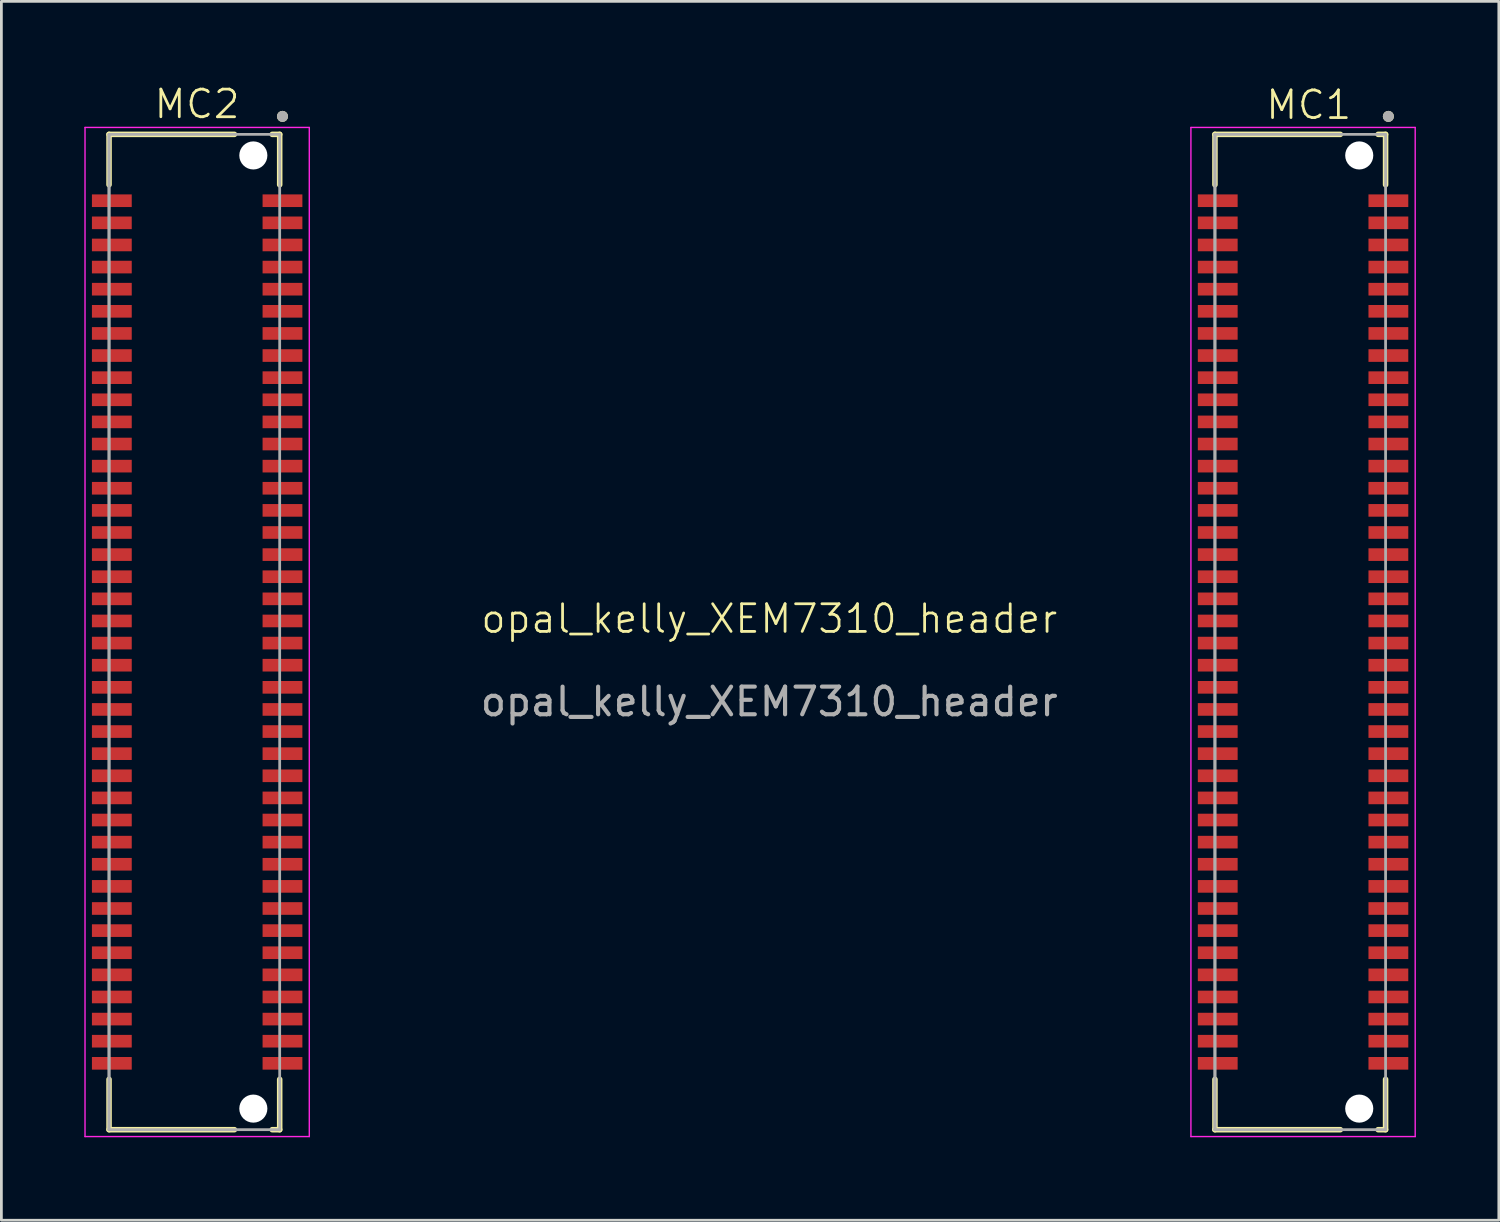
<source format=kicad_pcb>
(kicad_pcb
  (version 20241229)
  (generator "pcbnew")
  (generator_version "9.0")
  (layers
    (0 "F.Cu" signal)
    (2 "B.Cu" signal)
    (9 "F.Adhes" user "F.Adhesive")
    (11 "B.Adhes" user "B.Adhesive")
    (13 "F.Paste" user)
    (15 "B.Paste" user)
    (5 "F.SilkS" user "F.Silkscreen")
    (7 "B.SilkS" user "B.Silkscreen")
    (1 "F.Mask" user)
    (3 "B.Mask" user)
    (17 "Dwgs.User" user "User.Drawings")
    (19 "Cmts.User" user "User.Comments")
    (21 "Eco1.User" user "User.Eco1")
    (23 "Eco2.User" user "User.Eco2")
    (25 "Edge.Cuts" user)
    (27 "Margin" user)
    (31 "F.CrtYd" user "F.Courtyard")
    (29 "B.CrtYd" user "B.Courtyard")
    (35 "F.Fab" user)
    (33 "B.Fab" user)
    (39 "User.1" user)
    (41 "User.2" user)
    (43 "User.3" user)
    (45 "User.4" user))
  (footprint "opal_kelly_XEM7310_header"
    (layer "F.Cu")
    (at 24.774 19.83)
    (property "Reference" "opal_kelly_XEM7310_header" (at 0 -0.5 0) (unlocked yes) (layer "F.SilkS") (effects (font (size 1 1) (thickness 0.1))))
    (attr smd)
    (fp_line (start -23.88 -16.198) (end -23.88 -18.02) (stroke (width 0.2) (type solid)) (layer "F.SilkS"))
    (fp_line (start -23.88 16.159) (end -23.88 17.98) (stroke (width 0.2) (type solid)) (layer "F.SilkS"))
    (fp_line (start -23.88 17.98) (end -19.344 17.98) (stroke (width 0.2) (type solid)) (layer "F.SilkS"))
    (fp_line (start -19.344 -18.02) (end -23.88 -18.02) (stroke (width 0.2) (type solid)) (layer "F.SilkS"))
    (fp_line (start -17.978 17.98) (end -17.708 17.98) (stroke (width 0.2) (type solid)) (layer "F.SilkS"))
    (fp_line (start -17.708 -18.02) (end -17.978 -18.02) (stroke (width 0.2) (type solid)) (layer "F.SilkS"))
    (fp_line (start -17.708 -18.02) (end -17.708 -16.198) (stroke (width 0.2) (type solid)) (layer "F.SilkS"))
    (fp_line (start -17.708 16.159) (end -17.708 17.98) (stroke (width 0.2) (type solid)) (layer "F.SilkS"))
    (fp_line (start 16.12 -16.198) (end 16.12 -18.02) (stroke (width 0.2) (type solid)) (layer "F.SilkS"))
    (fp_line (start 16.12 16.159) (end 16.12 17.98) (stroke (width 0.2) (type solid)) (layer "F.SilkS"))
    (fp_line (start 16.12 17.98) (end 20.656 17.98) (stroke (width 0.2) (type solid)) (layer "F.SilkS"))
    (fp_line (start 20.656 -18.02) (end 16.12 -18.02) (stroke (width 0.2) (type solid)) (layer "F.SilkS"))
    (fp_line (start 22.022 17.98) (end 22.292 17.98) (stroke (width 0.2) (type solid)) (layer "F.SilkS"))
    (fp_line (start 22.292 -18.02) (end 22.022 -18.02) (stroke (width 0.2) (type solid)) (layer "F.SilkS"))
    (fp_line (start 22.292 -18.02) (end 22.292 -16.198) (stroke (width 0.2) (type solid)) (layer "F.SilkS"))
    (fp_line (start 22.292 16.159) (end 22.292 17.98) (stroke (width 0.2) (type solid)) (layer "F.SilkS"))
    (fp_circle (center -17.607 -18.67) (end -17.607 -18.57) (stroke (width 0.2) (type solid)) (fill no) (layer "F.SilkS"))
    (fp_circle (center 22.393 -18.67) (end 22.393 -18.57) (stroke (width 0.2) (type solid)) (fill no) (layer "F.SilkS"))
    (fp_line (start -24.749 -18.27) (end -16.637 -18.27) (stroke (width 0.05) (type solid)) (layer "F.CrtYd"))
    (fp_line (start -24.749 18.23) (end -24.749 -18.27) (stroke (width 0.05) (type solid)) (layer "F.CrtYd"))
    (fp_line (start -16.637 -18.27) (end -16.637 18.23) (stroke (width 0.05) (type solid)) (layer "F.CrtYd"))
    (fp_line (start -16.637 18.23) (end -24.749 18.23) (stroke (width 0.05) (type solid)) (layer "F.CrtYd"))
    (fp_line (start 15.251 -18.27) (end 23.363 -18.27) (stroke (width 0.05) (type solid)) (layer "F.CrtYd"))
    (fp_line (start 15.251 18.23) (end 15.251 -18.27) (stroke (width 0.05) (type solid)) (layer "F.CrtYd"))
    (fp_line (start 23.363 -18.27) (end 23.363 18.23) (stroke (width 0.05) (type solid)) (layer "F.CrtYd"))
    (fp_line (start 23.363 18.23) (end 15.251 18.23) (stroke (width 0.05) (type solid)) (layer "F.CrtYd"))
    (fp_line (start -23.88 -18.02) (end -23.88 -18.02) (stroke (width 0.1) (type solid)) (layer "F.Fab"))
    (fp_line (start -23.88 -18.02) (end -23.88 17.98) (stroke (width 0.1) (type solid)) (layer "F.Fab"))
    (fp_line (start -23.88 -18.02) (end -17.708 -18.02) (stroke (width 0.1) (type solid)) (layer "F.Fab"))
    (fp_line (start -23.88 17.98) (end -23.88 -18.02) (stroke (width 0.1) (type solid)) (layer "F.Fab"))
    (fp_line (start -23.88 17.98) (end -23.88 17.98) (stroke (width 0.1) (type solid)) (layer "F.Fab"))
    (fp_line (start -17.708 -18.02) (end -17.708 17.98) (stroke (width 0.1) (type solid)) (layer "F.Fab"))
    (fp_line (start -17.708 17.98) (end -23.88 17.98) (stroke (width 0.1) (type solid)) (layer "F.Fab"))
    (fp_line (start 16.12 -18.02) (end 16.12 -18.02) (stroke (width 0.1) (type solid)) (layer "F.Fab"))
    (fp_line (start 16.12 -18.02) (end 16.12 17.98) (stroke (width 0.1) (type solid)) (layer "F.Fab"))
    (fp_line (start 16.12 -18.02) (end 22.292 -18.02) (stroke (width 0.1) (type solid)) (layer "F.Fab"))
    (fp_line (start 16.12 17.98) (end 16.12 -18.02) (stroke (width 0.1) (type solid)) (layer "F.Fab"))
    (fp_line (start 16.12 17.98) (end 16.12 17.98) (stroke (width 0.1) (type solid)) (layer "F.Fab"))
    (fp_line (start 22.292 -18.02) (end 22.292 17.98) (stroke (width 0.1) (type solid)) (layer "F.Fab"))
    (fp_line (start 22.292 17.98) (end 16.12 17.98) (stroke (width 0.1) (type solid)) (layer "F.Fab"))
    (fp_circle (center -17.607 -18.67) (end -17.607 -18.57) (stroke (width 0.2) (type solid)) (fill no) (layer "F.Fab"))
    (fp_circle (center 22.393 -18.67) (end 22.393 -18.57) (stroke (width 0.2) (type solid)) (fill no) (layer "F.Fab"))
    (fp_text user "MC1" (at 17.9 -18.5 0) (unlocked yes) (layer "F.SilkS") (effects (font (size 1 1) (thickness 0.1)) (justify left bottom)))
    (fp_text user "MC2" (at -22.31 -18.53 0) (unlocked yes) (layer "F.SilkS") (effects (font (size 1 1) (thickness 0.1)) (justify left bottom)))
    (fp_text user "${REFERENCE}" (at 0 2.5 0) (unlocked yes) (layer "F.Fab") (effects (font (size 1 1) (thickness 0.15))))
    (pad "" np_thru_hole circle (at -18.661 -17.258 270) (size 1.016 1.016) (drill 1.016) (layers "*.Cu" "*.Mask"))
    (pad "" np_thru_hole circle (at -18.661 17.218 270) (size 1.016 1.016) (drill 1.016) (layers "*.Cu" "*.Mask"))
    (pad "" np_thru_hole circle (at 21.339 -17.258 270) (size 1.016 1.016) (drill 1.016) (layers "*.Cu" "*.Mask"))
    (pad "" np_thru_hole circle (at 21.339 17.218 270) (size 1.016 1.016) (drill 1.016) (layers "*.Cu" "*.Mask"))
    (pad "01" smd rect (at 22.393 -15.62 270) (size 0.457 1.44) (layers "F.Cu" "F.Mask" "F.Paste"))
    (pad "02" smd rect (at 16.221 -15.62 270) (size 0.457 1.44) (layers "F.Cu" "F.Mask" "F.Paste"))
    (pad "03" smd rect (at 22.393 -14.82 270) (size 0.457 1.44) (layers "F.Cu" "F.Mask" "F.Paste"))
    (pad "04" smd rect (at 16.221 -14.82 270) (size 0.457 1.44) (layers "F.Cu" "F.Mask" "F.Paste"))
    (pad "05" smd rect (at 22.393 -14.02 270) (size 0.457 1.44) (layers "F.Cu" "F.Mask" "F.Paste"))
    (pad "06" smd rect (at 16.221 -14.02 270) (size 0.457 1.44) (layers "F.Cu" "F.Mask" "F.Paste"))
    (pad "07" smd rect (at 22.393 -13.22 270) (size 0.457 1.44) (layers "F.Cu" "F.Mask" "F.Paste"))
    (pad "08" smd rect (at 16.221 -13.22 270) (size 0.457 1.44) (layers "F.Cu" "F.Mask" "F.Paste"))
    (pad "09" smd rect (at 22.393 -12.42 270) (size 0.457 1.44) (layers "F.Cu" "F.Mask" "F.Paste"))
    (pad "10" smd rect (at 16.221 -12.42 270) (size 0.457 1.44) (layers "F.Cu" "F.Mask" "F.Paste"))
    (pad "11" smd rect (at 22.393 -11.62 270) (size 0.457 1.44) (layers "F.Cu" "F.Mask" "F.Paste"))
    (pad "12" smd rect (at 16.221 -11.62 270) (size 0.457 1.44) (layers "F.Cu" "F.Mask" "F.Paste"))
    (pad "13" smd rect (at 22.393 -10.82 270) (size 0.457 1.44) (layers "F.Cu" "F.Mask" "F.Paste"))
    (pad "14" smd rect (at 16.221 -10.82 270) (size 0.457 1.44) (layers "F.Cu" "F.Mask" "F.Paste"))
    (pad "15" smd rect (at 22.393 -10.02 270) (size 0.457 1.44) (layers "F.Cu" "F.Mask" "F.Paste"))
    (pad "16" smd rect (at 16.221 -10.02 270) (size 0.457 1.44) (layers "F.Cu" "F.Mask" "F.Paste"))
    (pad "17" smd rect (at 22.393 -9.22 270) (size 0.457 1.44) (layers "F.Cu" "F.Mask" "F.Paste"))
    (pad "18" smd rect (at 16.221 -9.22 270) (size 0.457 1.44) (layers "F.Cu" "F.Mask" "F.Paste"))
    (pad "19" smd rect (at 22.393 -8.42 270) (size 0.457 1.44) (layers "F.Cu" "F.Mask" "F.Paste"))
    (pad "20" smd rect (at 16.221 -8.42 270) (size 0.457 1.44) (layers "F.Cu" "F.Mask" "F.Paste"))
    (pad "21" smd rect (at 22.393 -7.62 270) (size 0.457 1.44) (layers "F.Cu" "F.Mask" "F.Paste"))
    (pad "22" smd rect (at 16.221 -7.62 270) (size 0.457 1.44) (layers "F.Cu" "F.Mask" "F.Paste"))
    (pad "23" smd rect (at 22.393 -6.82 270) (size 0.457 1.44) (layers "F.Cu" "F.Mask" "F.Paste"))
    (pad "24" smd rect (at 16.221 -6.82 270) (size 0.457 1.44) (layers "F.Cu" "F.Mask" "F.Paste"))
    (pad "25" smd rect (at 22.393 -6.02 270) (size 0.457 1.44) (layers "F.Cu" "F.Mask" "F.Paste"))
    (pad "26" smd rect (at 16.221 -6.02 270) (size 0.457 1.44) (layers "F.Cu" "F.Mask" "F.Paste"))
    (pad "27" smd rect (at 22.393 -5.22 270) (size 0.457 1.44) (layers "F.Cu" "F.Mask" "F.Paste"))
    (pad "28" smd rect (at 16.221 -5.22 270) (size 0.457 1.44) (layers "F.Cu" "F.Mask" "F.Paste"))
    (pad "29" smd rect (at 22.393 -4.42 270) (size 0.457 1.44) (layers "F.Cu" "F.Mask" "F.Paste"))
    (pad "30" smd rect (at 16.221 -4.42 270) (size 0.457 1.44) (layers "F.Cu" "F.Mask" "F.Paste"))
    (pad "31" smd rect (at 22.393 -3.62 270) (size 0.457 1.44) (layers "F.Cu" "F.Mask" "F.Paste"))
    (pad "32" smd rect (at 16.221 -3.62 270) (size 0.457 1.44) (layers "F.Cu" "F.Mask" "F.Paste"))
    (pad "33" smd rect (at 22.393 -2.82 270) (size 0.457 1.44) (layers "F.Cu" "F.Mask" "F.Paste"))
    (pad "34" smd rect (at 16.221 -2.82 270) (size 0.457 1.44) (layers "F.Cu" "F.Mask" "F.Paste"))
    (pad "35" smd rect (at 22.393 -2.02 270) (size 0.457 1.44) (layers "F.Cu" "F.Mask" "F.Paste"))
    (pad "36" smd rect (at 16.221 -2.02 270) (size 0.457 1.44) (layers "F.Cu" "F.Mask" "F.Paste"))
    (pad "37" smd rect (at 22.393 -1.22 270) (size 0.457 1.44) (layers "F.Cu" "F.Mask" "F.Paste"))
    (pad "38" smd rect (at 16.221 -1.22 270) (size 0.457 1.44) (layers "F.Cu" "F.Mask" "F.Paste"))
    (pad "39" smd rect (at 22.393 -0.42 270) (size 0.457 1.44) (layers "F.Cu" "F.Mask" "F.Paste"))
    (pad "40" smd rect (at 16.221 -0.42 270) (size 0.457 1.44) (layers "F.Cu" "F.Mask" "F.Paste"))
    (pad "41" smd rect (at 22.393 0.38 270) (size 0.457 1.44) (layers "F.Cu" "F.Mask" "F.Paste"))
    (pad "42" smd rect (at 16.221 0.38 270) (size 0.457 1.44) (layers "F.Cu" "F.Mask" "F.Paste"))
    (pad "43" smd rect (at 22.393 1.18 270) (size 0.457 1.44) (layers "F.Cu" "F.Mask" "F.Paste"))
    (pad "44" smd rect (at 16.221 1.18 270) (size 0.457 1.44) (layers "F.Cu" "F.Mask" "F.Paste"))
    (pad "45" smd rect (at 22.393 1.98 270) (size 0.457 1.44) (layers "F.Cu" "F.Mask" "F.Paste"))
    (pad "46" smd rect (at 16.221 1.98 270) (size 0.457 1.44) (layers "F.Cu" "F.Mask" "F.Paste"))
    (pad "47" smd rect (at 22.393 2.78 270) (size 0.457 1.44) (layers "F.Cu" "F.Mask" "F.Paste"))
    (pad "48" smd rect (at 16.221 2.78 270) (size 0.457 1.44) (layers "F.Cu" "F.Mask" "F.Paste"))
    (pad "49" smd rect (at 22.393 3.58 270) (size 0.457 1.44) (layers "F.Cu" "F.Mask" "F.Paste"))
    (pad "50" smd rect (at 16.221 3.58 270) (size 0.457 1.44) (layers "F.Cu" "F.Mask" "F.Paste"))
    (pad "51" smd rect (at 22.393 4.38 270) (size 0.457 1.44) (layers "F.Cu" "F.Mask" "F.Paste"))
    (pad "52" smd rect (at 16.221 4.38 270) (size 0.457 1.44) (layers "F.Cu" "F.Mask" "F.Paste"))
    (pad "53" smd rect (at 22.393 5.18 270) (size 0.457 1.44) (layers "F.Cu" "F.Mask" "F.Paste"))
    (pad "54" smd rect (at 16.221 5.18 270) (size 0.457 1.44) (layers "F.Cu" "F.Mask" "F.Paste"))
    (pad "55" smd rect (at 22.393 5.98 270) (size 0.457 1.44) (layers "F.Cu" "F.Mask" "F.Paste"))
    (pad "56" smd rect (at 16.221 5.98 270) (size 0.457 1.44) (layers "F.Cu" "F.Mask" "F.Paste"))
    (pad "57" smd rect (at 22.393 6.78 270) (size 0.457 1.44) (layers "F.Cu" "F.Mask" "F.Paste"))
    (pad "58" smd rect (at 16.221 6.78 270) (size 0.457 1.44) (layers "F.Cu" "F.Mask" "F.Paste"))
    (pad "59" smd rect (at 22.393 7.58 270) (size 0.457 1.44) (layers "F.Cu" "F.Mask" "F.Paste"))
    (pad "60" smd rect (at 16.221 7.58 270) (size 0.457 1.44) (layers "F.Cu" "F.Mask" "F.Paste"))
    (pad "61" smd rect (at 22.393 8.38 270) (size 0.457 1.44) (layers "F.Cu" "F.Mask" "F.Paste"))
    (pad "62" smd rect (at 16.221 8.38 270) (size 0.457 1.44) (layers "F.Cu" "F.Mask" "F.Paste"))
    (pad "63" smd rect (at 22.393 9.18 270) (size 0.457 1.44) (layers "F.Cu" "F.Mask" "F.Paste"))
    (pad "64" smd rect (at 16.221 9.18 270) (size 0.457 1.44) (layers "F.Cu" "F.Mask" "F.Paste"))
    (pad "65" smd rect (at 22.393 9.98 270) (size 0.457 1.44) (layers "F.Cu" "F.Mask" "F.Paste"))
    (pad "66" smd rect (at 16.221 9.98 270) (size 0.457 1.44) (layers "F.Cu" "F.Mask" "F.Paste"))
    (pad "67" smd rect (at 22.393 10.78 270) (size 0.457 1.44) (layers "F.Cu" "F.Mask" "F.Paste"))
    (pad "68" smd rect (at 16.221 10.78 270) (size 0.457 1.44) (layers "F.Cu" "F.Mask" "F.Paste"))
    (pad "69" smd rect (at 22.393 11.58 270) (size 0.457 1.44) (layers "F.Cu" "F.Mask" "F.Paste"))
    (pad "70" smd rect (at 16.221 11.58 270) (size 0.457 1.44) (layers "F.Cu" "F.Mask" "F.Paste"))
    (pad "71" smd rect (at 22.393 12.38 270) (size 0.457 1.44) (layers "F.Cu" "F.Mask" "F.Paste"))
    (pad "72" smd rect (at 16.221 12.38 270) (size 0.457 1.44) (layers "F.Cu" "F.Mask" "F.Paste"))
    (pad "73" smd rect (at 22.393 13.18 270) (size 0.457 1.44) (layers "F.Cu" "F.Mask" "F.Paste"))
    (pad "74" smd rect (at 16.221 13.18 270) (size 0.457 1.44) (layers "F.Cu" "F.Mask" "F.Paste"))
    (pad "75" smd rect (at 22.393 13.98 270) (size 0.457 1.44) (layers "F.Cu" "F.Mask" "F.Paste"))
    (pad "76" smd rect (at 16.221 13.98 270) (size 0.457 1.44) (layers "F.Cu" "F.Mask" "F.Paste"))
    (pad "77" smd rect (at 22.393 14.78 270) (size 0.457 1.44) (layers "F.Cu" "F.Mask" "F.Paste"))
    (pad "78" smd rect (at 16.221 14.78 270) (size 0.457 1.44) (layers "F.Cu" "F.Mask" "F.Paste"))
    (pad "79" smd rect (at 22.393 15.58 270) (size 0.457 1.44) (layers "F.Cu" "F.Mask" "F.Paste"))
    (pad "80" smd rect (at 16.221 15.58 270) (size 0.457 1.44) (layers "F.Cu" "F.Mask" "F.Paste"))
    (pad "81" smd rect (at -17.607 -15.62 270) (size 0.457 1.44) (layers "F.Cu" "F.Mask" "F.Paste"))
    (pad "82" smd rect (at -23.779 -15.62 270) (size 0.457 1.44) (layers "F.Cu" "F.Mask" "F.Paste"))
    (pad "83" smd rect (at -17.607 -14.82 270) (size 0.457 1.44) (layers "F.Cu" "F.Mask" "F.Paste"))
    (pad "84" smd rect (at -23.779 -14.82 270) (size 0.457 1.44) (layers "F.Cu" "F.Mask" "F.Paste"))
    (pad "85" smd rect (at -17.607 -14.02 270) (size 0.457 1.44) (layers "F.Cu" "F.Mask" "F.Paste"))
    (pad "86" smd rect (at -23.779 -14.02 270) (size 0.457 1.44) (layers "F.Cu" "F.Mask" "F.Paste"))
    (pad "87" smd rect (at -17.607 -13.22 270) (size 0.457 1.44) (layers "F.Cu" "F.Mask" "F.Paste"))
    (pad "88" smd rect (at -23.779 -13.22 270) (size 0.457 1.44) (layers "F.Cu" "F.Mask" "F.Paste"))
    (pad "89" smd rect (at -17.607 -12.42 270) (size 0.457 1.44) (layers "F.Cu" "F.Mask" "F.Paste"))
    (pad "90" smd rect (at -23.779 -12.42 270) (size 0.457 1.44) (layers "F.Cu" "F.Mask" "F.Paste"))
    (pad "91" smd rect (at -17.607 -11.62 270) (size 0.457 1.44) (layers "F.Cu" "F.Mask" "F.Paste"))
    (pad "92" smd rect (at -23.779 -11.62 270) (size 0.457 1.44) (layers "F.Cu" "F.Mask" "F.Paste"))
    (pad "93" smd rect (at -17.607 -10.82 270) (size 0.457 1.44) (layers "F.Cu" "F.Mask" "F.Paste"))
    (pad "94" smd rect (at -23.779 -10.82 270) (size 0.457 1.44) (layers "F.Cu" "F.Mask" "F.Paste"))
    (pad "95" smd rect (at -17.607 -10.02 270) (size 0.457 1.44) (layers "F.Cu" "F.Mask" "F.Paste"))
    (pad "96" smd rect (at -23.779 -10.02 270) (size 0.457 1.44) (layers "F.Cu" "F.Mask" "F.Paste"))
    (pad "97" smd rect (at -17.607 -9.22 270) (size 0.457 1.44) (layers "F.Cu" "F.Mask" "F.Paste"))
    (pad "98" smd rect (at -23.779 -9.22 270) (size 0.457 1.44) (layers "F.Cu" "F.Mask" "F.Paste"))
    (pad "99" smd rect (at -17.607 -8.42 270) (size 0.457 1.44) (layers "F.Cu" "F.Mask" "F.Paste"))
    (pad "100" smd rect (at -23.779 -8.42 270) (size 0.457 1.44) (layers "F.Cu" "F.Mask" "F.Paste"))
    (pad "101" smd rect (at -17.607 -7.62 270) (size 0.457 1.44) (layers "F.Cu" "F.Mask" "F.Paste"))
    (pad "102" smd rect (at -23.779 -7.62 270) (size 0.457 1.44) (layers "F.Cu" "F.Mask" "F.Paste"))
    (pad "103" smd rect (at -17.607 -6.82 270) (size 0.457 1.44) (layers "F.Cu" "F.Mask" "F.Paste"))
    (pad "104" smd rect (at -23.779 -6.82 270) (size 0.457 1.44) (layers "F.Cu" "F.Mask" "F.Paste"))
    (pad "105" smd rect (at -17.607 -6.02 270) (size 0.457 1.44) (layers "F.Cu" "F.Mask" "F.Paste"))
    (pad "106" smd rect (at -23.779 -6.02 270) (size 0.457 1.44) (layers "F.Cu" "F.Mask" "F.Paste"))
    (pad "107" smd rect (at -17.607 -5.22 270) (size 0.457 1.44) (layers "F.Cu" "F.Mask" "F.Paste"))
    (pad "108" smd rect (at -23.779 -5.22 270) (size 0.457 1.44) (layers "F.Cu" "F.Mask" "F.Paste"))
    (pad "109" smd rect (at -17.607 -4.42 270) (size 0.457 1.44) (layers "F.Cu" "F.Mask" "F.Paste"))
    (pad "110" smd rect (at -23.779 -4.42 270) (size 0.457 1.44) (layers "F.Cu" "F.Mask" "F.Paste"))
    (pad "111" smd rect (at -17.607 -3.62 270) (size 0.457 1.44) (layers "F.Cu" "F.Mask" "F.Paste"))
    (pad "112" smd rect (at -23.779 -3.62 270) (size 0.457 1.44) (layers "F.Cu" "F.Mask" "F.Paste"))
    (pad "113" smd rect (at -17.607 -2.82 270) (size 0.457 1.44) (layers "F.Cu" "F.Mask" "F.Paste"))
    (pad "114" smd rect (at -23.779 -2.82 270) (size 0.457 1.44) (layers "F.Cu" "F.Mask" "F.Paste"))
    (pad "115" smd rect (at -17.607 -2.02 270) (size 0.457 1.44) (layers "F.Cu" "F.Mask" "F.Paste"))
    (pad "116" smd rect (at -23.779 -2.02 270) (size 0.457 1.44) (layers "F.Cu" "F.Mask" "F.Paste"))
    (pad "117" smd rect (at -17.607 -1.22 270) (size 0.457 1.44) (layers "F.Cu" "F.Mask" "F.Paste"))
    (pad "118" smd rect (at -23.779 -1.22 270) (size 0.457 1.44) (layers "F.Cu" "F.Mask" "F.Paste"))
    (pad "119" smd rect (at -17.607 -0.42 270) (size 0.457 1.44) (layers "F.Cu" "F.Mask" "F.Paste"))
    (pad "120" smd rect (at -23.779 -0.42 270) (size 0.457 1.44) (layers "F.Cu" "F.Mask" "F.Paste"))
    (pad "121" smd rect (at -17.607 0.38 270) (size 0.457 1.44) (layers "F.Cu" "F.Mask" "F.Paste"))
    (pad "122" smd rect (at -23.779 0.38 270) (size 0.457 1.44) (layers "F.Cu" "F.Mask" "F.Paste"))
    (pad "123" smd rect (at -17.607 1.18 270) (size 0.457 1.44) (layers "F.Cu" "F.Mask" "F.Paste"))
    (pad "124" smd rect (at -23.779 1.18 270) (size 0.457 1.44) (layers "F.Cu" "F.Mask" "F.Paste"))
    (pad "125" smd rect (at -17.607 1.98 270) (size 0.457 1.44) (layers "F.Cu" "F.Mask" "F.Paste"))
    (pad "126" smd rect (at -23.779 1.98 270) (size 0.457 1.44) (layers "F.Cu" "F.Mask" "F.Paste"))
    (pad "127" smd rect (at -17.607 2.78 270) (size 0.457 1.44) (layers "F.Cu" "F.Mask" "F.Paste"))
    (pad "128" smd rect (at -23.779 2.78 270) (size 0.457 1.44) (layers "F.Cu" "F.Mask" "F.Paste"))
    (pad "129" smd rect (at -17.607 3.58 270) (size 0.457 1.44) (layers "F.Cu" "F.Mask" "F.Paste"))
    (pad "130" smd rect (at -23.779 3.58 270) (size 0.457 1.44) (layers "F.Cu" "F.Mask" "F.Paste"))
    (pad "131" smd rect (at -17.607 4.38 270) (size 0.457 1.44) (layers "F.Cu" "F.Mask" "F.Paste"))
    (pad "132" smd rect (at -23.779 4.38 270) (size 0.457 1.44) (layers "F.Cu" "F.Mask" "F.Paste"))
    (pad "133" smd rect (at -17.607 5.18 270) (size 0.457 1.44) (layers "F.Cu" "F.Mask" "F.Paste"))
    (pad "134" smd rect (at -23.779 5.18 270) (size 0.457 1.44) (layers "F.Cu" "F.Mask" "F.Paste"))
    (pad "135" smd rect (at -17.607 5.98 270) (size 0.457 1.44) (layers "F.Cu" "F.Mask" "F.Paste"))
    (pad "136" smd rect (at -23.779 5.98 270) (size 0.457 1.44) (layers "F.Cu" "F.Mask" "F.Paste"))
    (pad "137" smd rect (at -17.607 6.78 270) (size 0.457 1.44) (layers "F.Cu" "F.Mask" "F.Paste"))
    (pad "138" smd rect (at -23.779 6.78 270) (size 0.457 1.44) (layers "F.Cu" "F.Mask" "F.Paste"))
    (pad "139" smd rect (at -17.607 7.58 270) (size 0.457 1.44) (layers "F.Cu" "F.Mask" "F.Paste"))
    (pad "140" smd rect (at -23.779 7.58 270) (size 0.457 1.44) (layers "F.Cu" "F.Mask" "F.Paste"))
    (pad "141" smd rect (at -17.607 8.38 270) (size 0.457 1.44) (layers "F.Cu" "F.Mask" "F.Paste"))
    (pad "142" smd rect (at -23.779 8.38 270) (size 0.457 1.44) (layers "F.Cu" "F.Mask" "F.Paste"))
    (pad "143" smd rect (at -17.607 9.18 270) (size 0.457 1.44) (layers "F.Cu" "F.Mask" "F.Paste"))
    (pad "144" smd rect (at -23.779 9.18 270) (size 0.457 1.44) (layers "F.Cu" "F.Mask" "F.Paste"))
    (pad "145" smd rect (at -17.607 9.98 270) (size 0.457 1.44) (layers "F.Cu" "F.Mask" "F.Paste"))
    (pad "146" smd rect (at -23.779 9.98 270) (size 0.457 1.44) (layers "F.Cu" "F.Mask" "F.Paste"))
    (pad "147" smd rect (at -17.607 10.78 270) (size 0.457 1.44) (layers "F.Cu" "F.Mask" "F.Paste"))
    (pad "148" smd rect (at -23.779 10.78 270) (size 0.457 1.44) (layers "F.Cu" "F.Mask" "F.Paste"))
    (pad "149" smd rect (at -17.607 11.58 270) (size 0.457 1.44) (layers "F.Cu" "F.Mask" "F.Paste"))
    (pad "150" smd rect (at -23.779 11.58 270) (size 0.457 1.44) (layers "F.Cu" "F.Mask" "F.Paste"))
    (pad "151" smd rect (at -17.607 12.38 270) (size 0.457 1.44) (layers "F.Cu" "F.Mask" "F.Paste"))
    (pad "152" smd rect (at -23.779 12.38 270) (size 0.457 1.44) (layers "F.Cu" "F.Mask" "F.Paste"))
    (pad "153" smd rect (at -17.607 13.18 270) (size 0.457 1.44) (layers "F.Cu" "F.Mask" "F.Paste"))
    (pad "154" smd rect (at -23.779 13.18 270) (size 0.457 1.44) (layers "F.Cu" "F.Mask" "F.Paste"))
    (pad "155" smd rect (at -17.607 13.98 270) (size 0.457 1.44) (layers "F.Cu" "F.Mask" "F.Paste"))
    (pad "156" smd rect (at -23.779 13.98 270) (size 0.457 1.44) (layers "F.Cu" "F.Mask" "F.Paste"))
    (pad "157" smd rect (at -17.607 14.78 270) (size 0.457 1.44) (layers "F.Cu" "F.Mask" "F.Paste"))
    (pad "158" smd rect (at -23.779 14.78 270) (size 0.457 1.44) (layers "F.Cu" "F.Mask" "F.Paste"))
    (pad "159" smd rect (at -17.607 15.58 270) (size 0.457 1.44) (layers "F.Cu" "F.Mask" "F.Paste"))
    (pad "160" smd rect (at -23.779 15.58 270) (size 0.457 1.44) (layers "F.Cu" "F.Mask" "F.Paste")))
  (gr_rect
    (start -3 -3)
    (end 51.162 41.085)
    (stroke (width 0.1) (type default))
    (fill no)
    (layer "Edge.Cuts")))
</source>
